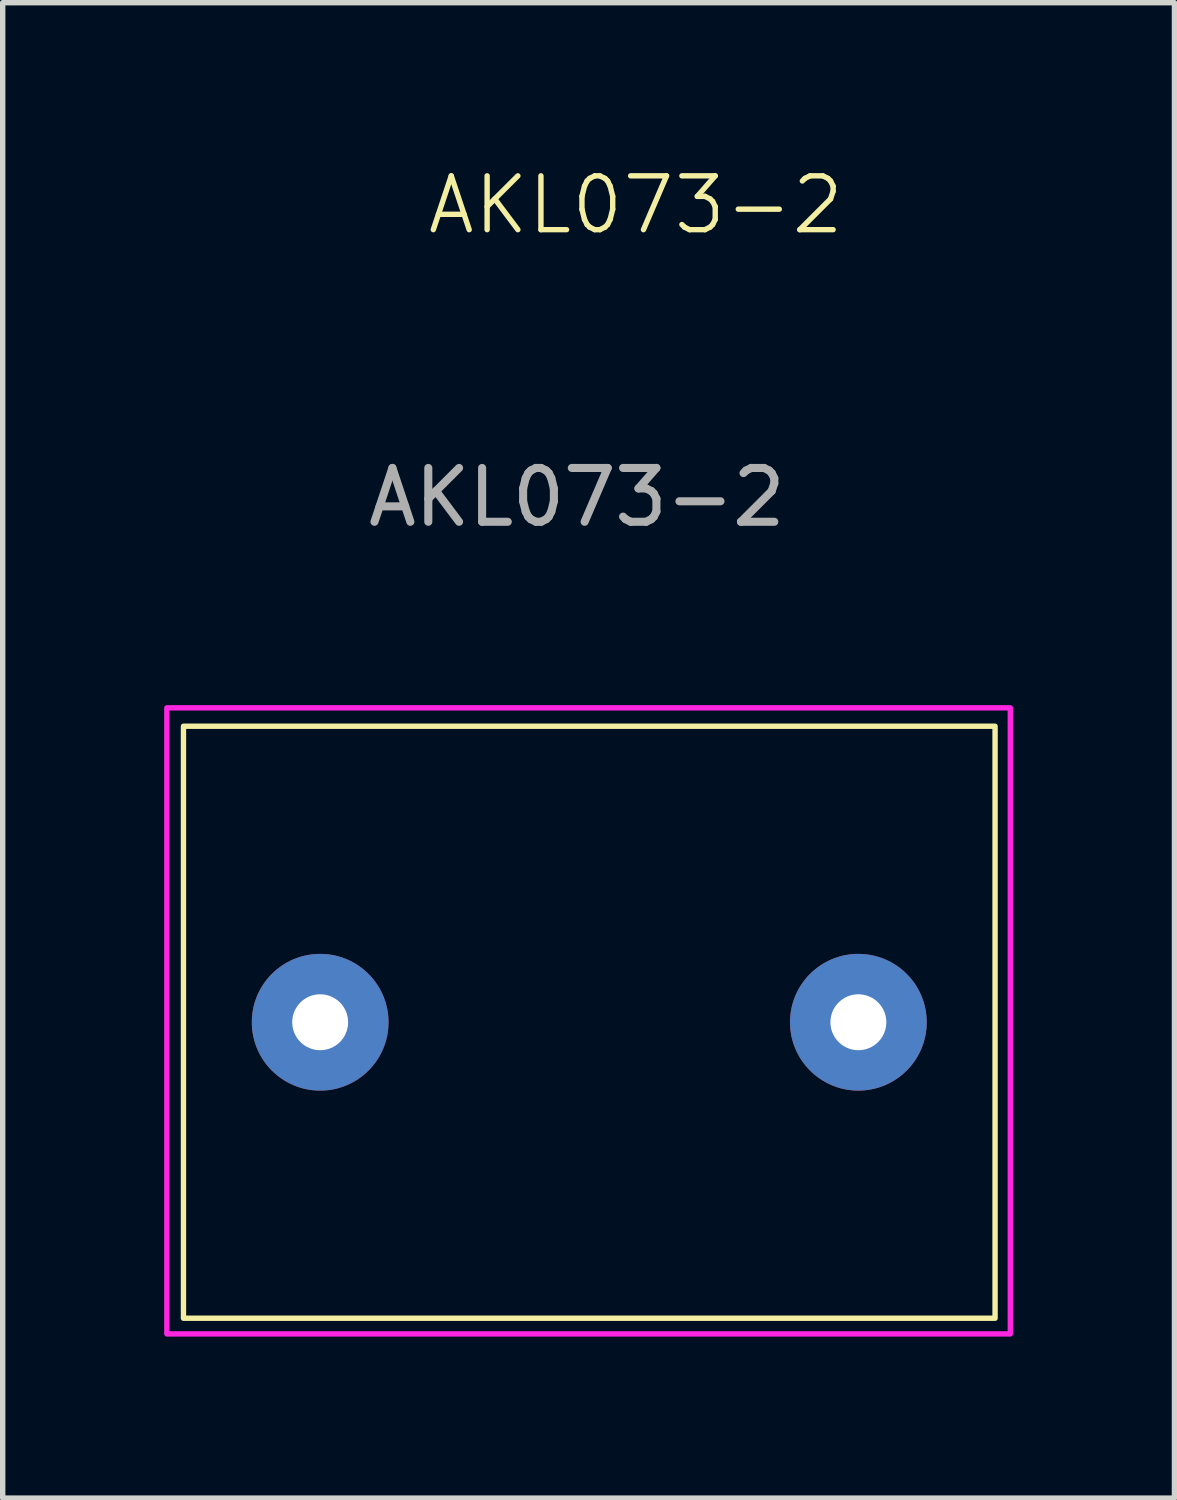
<source format=kicad_pcb>
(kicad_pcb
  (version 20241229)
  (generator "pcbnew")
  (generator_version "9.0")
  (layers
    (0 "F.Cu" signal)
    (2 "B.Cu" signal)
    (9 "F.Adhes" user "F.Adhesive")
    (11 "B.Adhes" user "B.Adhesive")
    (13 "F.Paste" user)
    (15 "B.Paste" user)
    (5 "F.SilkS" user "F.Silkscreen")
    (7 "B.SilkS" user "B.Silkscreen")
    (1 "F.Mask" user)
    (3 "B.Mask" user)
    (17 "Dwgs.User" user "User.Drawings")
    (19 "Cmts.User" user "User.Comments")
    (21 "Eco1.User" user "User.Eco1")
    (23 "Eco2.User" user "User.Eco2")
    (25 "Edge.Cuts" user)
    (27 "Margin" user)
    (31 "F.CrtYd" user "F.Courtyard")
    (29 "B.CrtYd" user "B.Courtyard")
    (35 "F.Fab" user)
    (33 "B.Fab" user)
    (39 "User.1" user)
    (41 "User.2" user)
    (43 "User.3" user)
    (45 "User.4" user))
  (footprint "AKL073-2"
    (layer "F.Cu")
    (at 7.899 15.944)
    (property "Reference" "AKL073-2" (at 0.864 -15.184 0) (unlocked yes) (layer "F.SilkS") (effects (font (size 1 1) (thickness 0.1))))
    (attr smd)
    (fp_rect (start -7.54 -5.5) (end 7.54 5.5) (stroke (width 0.1) (type default)) (fill no) (layer "F.SilkS"))
    (fp_rect (start -7.849 -5.842) (end 7.823 5.791) (stroke (width 0.1) (type default)) (fill no) (layer "F.CrtYd"))
    (fp_text user "${REFERENCE}" (at -0.229 -9.754 0) (unlocked yes) (layer "F.Fab") (effects (font (size 1 1) (thickness 0.15))))
    (pad "1" thru_hole oval (at -5 0 90) (size 2.54 2.54) (drill 1.039) (layers "*.Cu" "*.Mask"))
    (pad "2" thru_hole oval (at 5 0) (size 2.54 2.54) (drill 1.039) (layers "*.Cu" "*.Mask")))
  (gr_rect
    (start -3 -3)
    (end 18.772 24.786)
    (stroke (width 0.1) (type default))
    (fill no)
    (layer "Edge.Cuts")))
</source>
